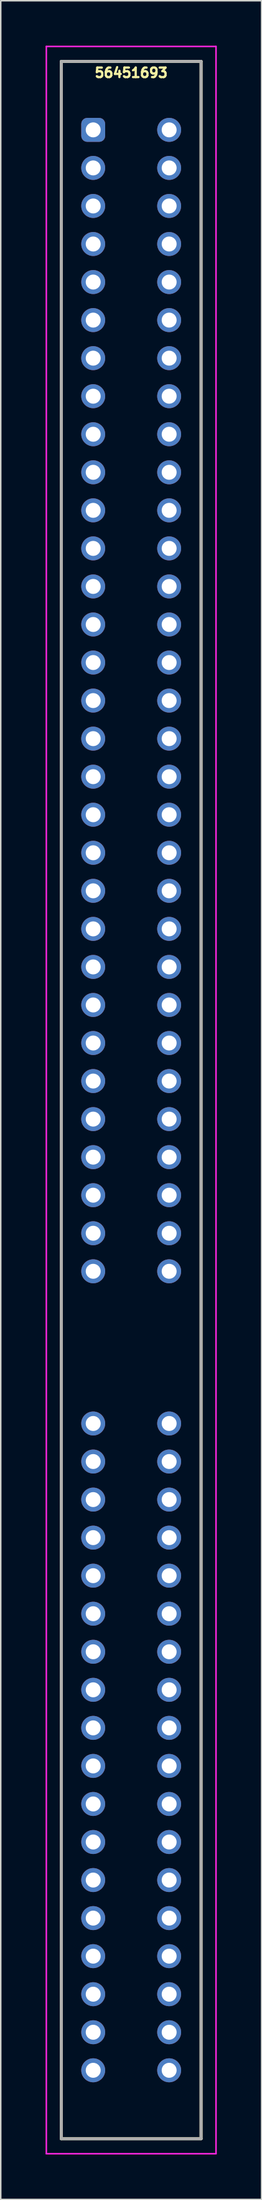
<source format=kicad_pcb>
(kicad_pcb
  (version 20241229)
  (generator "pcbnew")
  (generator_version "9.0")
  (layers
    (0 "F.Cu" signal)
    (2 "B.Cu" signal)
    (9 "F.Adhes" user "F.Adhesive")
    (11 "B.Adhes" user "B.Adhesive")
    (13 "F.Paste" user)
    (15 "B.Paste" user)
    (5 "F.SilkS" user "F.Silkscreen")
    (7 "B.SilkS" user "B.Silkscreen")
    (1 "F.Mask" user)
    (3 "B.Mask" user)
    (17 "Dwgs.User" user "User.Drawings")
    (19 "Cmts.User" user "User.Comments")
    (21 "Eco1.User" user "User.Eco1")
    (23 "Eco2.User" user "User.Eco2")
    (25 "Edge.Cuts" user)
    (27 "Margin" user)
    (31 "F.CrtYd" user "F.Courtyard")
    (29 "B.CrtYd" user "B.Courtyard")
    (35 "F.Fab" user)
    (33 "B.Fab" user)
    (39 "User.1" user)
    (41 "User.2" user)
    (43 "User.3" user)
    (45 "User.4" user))
  (footprint "56451693"
    (layer "F.Cu")
    (at 3.185 5.62)
    (property "Reference" "56451693" (at 2.54 -3.81 0) (layer "F.SilkS") (effects (font (size 0.635 0.635) (thickness 0.15) (bold yes))))
    (attr through_hole)
    (fp_line (start -2.135 -4.57) (end 7.215 -4.57) (stroke (width 0.2) (type solid)) (layer "F.SilkS"))
    (fp_line (start -2.135 134.11) (end -2.135 -4.57) (stroke (width 0.2) (type solid)) (layer "F.SilkS"))
    (fp_line (start 7.215 -4.57) (end 7.215 134.11) (stroke (width 0.2) (type solid)) (layer "F.SilkS"))
    (fp_line (start 7.215 134.11) (end -2.135 134.11) (stroke (width 0.2) (type solid)) (layer "F.SilkS"))
    (fp_line (start -3.135 -5.57) (end 8.215 -5.57) (stroke (width 0.1) (type solid)) (layer "F.CrtYd"))
    (fp_line (start -3.135 135.11) (end -3.135 -5.57) (stroke (width 0.1) (type solid)) (layer "F.CrtYd"))
    (fp_line (start 8.215 -5.57) (end 8.215 135.11) (stroke (width 0.1) (type solid)) (layer "F.CrtYd"))
    (fp_line (start 8.215 135.11) (end -3.135 135.11) (stroke (width 0.1) (type solid)) (layer "F.CrtYd"))
    (fp_line (start -2.135 -4.57) (end 7.215 -4.57) (stroke (width 0.2) (type solid)) (layer "F.Fab"))
    (fp_line (start -2.135 134.11) (end -2.135 -4.57) (stroke (width 0.2) (type solid)) (layer "F.Fab"))
    (fp_line (start 7.215 -4.57) (end 7.215 134.11) (stroke (width 0.2) (type solid)) (layer "F.Fab"))
    (fp_line (start 7.215 134.11) (end -2.135 134.11) (stroke (width 0.2) (type solid)) (layer "F.Fab"))
    (pad "1" thru_hole roundrect (at 0 0 270) (size 1.6 1.6) (drill 1) (layers "*.Cu" "*.Mask") (roundrect_rratio 0.25))
    (pad "2" thru_hole circle (at 5.08 0 270) (size 1.6 1.6) (drill 1) (layers "*.Cu" "*.Mask"))
    (pad "3" thru_hole circle (at 0 2.54 270) (size 1.6 1.6) (drill 1) (layers "*.Cu" "*.Mask"))
    (pad "4" thru_hole circle (at 5.08 2.54 270) (size 1.6 1.6) (drill 1) (layers "*.Cu" "*.Mask"))
    (pad "5" thru_hole circle (at 0 5.08 270) (size 1.6 1.6) (drill 1) (layers "*.Cu" "*.Mask"))
    (pad "6" thru_hole circle (at 5.08 5.08 270) (size 1.6 1.6) (drill 1) (layers "*.Cu" "*.Mask"))
    (pad "7" thru_hole circle (at 0 7.62 270) (size 1.6 1.6) (drill 1) (layers "*.Cu" "*.Mask"))
    (pad "8" thru_hole circle (at 5.08 7.62 270) (size 1.6 1.6) (drill 1) (layers "*.Cu" "*.Mask"))
    (pad "9" thru_hole circle (at 0 10.16 270) (size 1.6 1.6) (drill 1) (layers "*.Cu" "*.Mask"))
    (pad "10" thru_hole circle (at 5.08 10.16 270) (size 1.6 1.6) (drill 1) (layers "*.Cu" "*.Mask"))
    (pad "11" thru_hole circle (at 0 12.7 270) (size 1.6 1.6) (drill 1) (layers "*.Cu" "*.Mask"))
    (pad "12" thru_hole circle (at 5.08 12.7 270) (size 1.6 1.6) (drill 1) (layers "*.Cu" "*.Mask"))
    (pad "13" thru_hole circle (at 0 15.24 270) (size 1.6 1.6) (drill 1) (layers "*.Cu" "*.Mask"))
    (pad "14" thru_hole circle (at 5.08 15.24 270) (size 1.6 1.6) (drill 1) (layers "*.Cu" "*.Mask"))
    (pad "15" thru_hole circle (at 0 17.78 270) (size 1.6 1.6) (drill 1) (layers "*.Cu" "*.Mask"))
    (pad "16" thru_hole circle (at 5.08 17.78 270) (size 1.6 1.6) (drill 1) (layers "*.Cu" "*.Mask"))
    (pad "17" thru_hole circle (at 0 20.32 270) (size 1.6 1.6) (drill 1) (layers "*.Cu" "*.Mask"))
    (pad "18" thru_hole circle (at 5.08 20.32 270) (size 1.6 1.6) (drill 1) (layers "*.Cu" "*.Mask"))
    (pad "19" thru_hole circle (at 0 22.86 270) (size 1.6 1.6) (drill 1) (layers "*.Cu" "*.Mask"))
    (pad "20" thru_hole circle (at 5.08 22.86 270) (size 1.6 1.6) (drill 1) (layers "*.Cu" "*.Mask"))
    (pad "21" thru_hole circle (at 0 25.4 270) (size 1.6 1.6) (drill 1) (layers "*.Cu" "*.Mask"))
    (pad "22" thru_hole circle (at 5.08 25.4 270) (size 1.6 1.6) (drill 1) (layers "*.Cu" "*.Mask"))
    (pad "23" thru_hole circle (at 0 27.94 270) (size 1.6 1.6) (drill 1) (layers "*.Cu" "*.Mask"))
    (pad "24" thru_hole circle (at 5.08 27.94 270) (size 1.6 1.6) (drill 1) (layers "*.Cu" "*.Mask"))
    (pad "25" thru_hole circle (at 0 30.48 270) (size 1.6 1.6) (drill 1) (layers "*.Cu" "*.Mask"))
    (pad "26" thru_hole circle (at 5.08 30.48 270) (size 1.6 1.6) (drill 1) (layers "*.Cu" "*.Mask"))
    (pad "27" thru_hole circle (at 0 33.02 270) (size 1.6 1.6) (drill 1) (layers "*.Cu" "*.Mask"))
    (pad "28" thru_hole circle (at 5.08 33.02 270) (size 1.6 1.6) (drill 1) (layers "*.Cu" "*.Mask"))
    (pad "29" thru_hole circle (at 0 35.56 270) (size 1.6 1.6) (drill 1) (layers "*.Cu" "*.Mask"))
    (pad "30" thru_hole circle (at 5.08 35.56 270) (size 1.6 1.6) (drill 1) (layers "*.Cu" "*.Mask"))
    (pad "31" thru_hole circle (at 0 38.1 270) (size 1.6 1.6) (drill 1) (layers "*.Cu" "*.Mask"))
    (pad "32" thru_hole circle (at 5.08 38.1 270) (size 1.6 1.6) (drill 1) (layers "*.Cu" "*.Mask"))
    (pad "33" thru_hole circle (at 0 40.64 270) (size 1.6 1.6) (drill 1) (layers "*.Cu" "*.Mask"))
    (pad "34" thru_hole circle (at 5.08 40.64 270) (size 1.6 1.6) (drill 1) (layers "*.Cu" "*.Mask"))
    (pad "35" thru_hole circle (at 0 43.18 270) (size 1.6 1.6) (drill 1) (layers "*.Cu" "*.Mask"))
    (pad "36" thru_hole circle (at 5.08 43.18 270) (size 1.6 1.6) (drill 1) (layers "*.Cu" "*.Mask"))
    (pad "37" thru_hole circle (at 0 45.72 270) (size 1.6 1.6) (drill 1) (layers "*.Cu" "*.Mask"))
    (pad "38" thru_hole circle (at 5.08 45.72 270) (size 1.6 1.6) (drill 1) (layers "*.Cu" "*.Mask"))
    (pad "39" thru_hole circle (at 0 48.26 270) (size 1.6 1.6) (drill 1) (layers "*.Cu" "*.Mask"))
    (pad "40" thru_hole circle (at 5.08 48.26 270) (size 1.6 1.6) (drill 1) (layers "*.Cu" "*.Mask"))
    (pad "41" thru_hole circle (at 0 50.8 270) (size 1.6 1.6) (drill 1) (layers "*.Cu" "*.Mask"))
    (pad "42" thru_hole circle (at 5.08 50.8 270) (size 1.6 1.6) (drill 1) (layers "*.Cu" "*.Mask"))
    (pad "43" thru_hole circle (at 0 53.34 270) (size 1.6 1.6) (drill 1) (layers "*.Cu" "*.Mask"))
    (pad "44" thru_hole circle (at 5.08 53.34 270) (size 1.6 1.6) (drill 1) (layers "*.Cu" "*.Mask"))
    (pad "45" thru_hole circle (at 0 55.88 270) (size 1.6 1.6) (drill 1) (layers "*.Cu" "*.Mask"))
    (pad "46" thru_hole circle (at 5.08 55.88 270) (size 1.6 1.6) (drill 1) (layers "*.Cu" "*.Mask"))
    (pad "47" thru_hole circle (at 0 58.42 270) (size 1.6 1.6) (drill 1) (layers "*.Cu" "*.Mask"))
    (pad "48" thru_hole circle (at 5.08 58.42 270) (size 1.6 1.6) (drill 1) (layers "*.Cu" "*.Mask"))
    (pad "49" thru_hole circle (at 0 60.96 270) (size 1.6 1.6) (drill 1) (layers "*.Cu" "*.Mask"))
    (pad "50" thru_hole circle (at 5.08 60.96 270) (size 1.6 1.6) (drill 1) (layers "*.Cu" "*.Mask"))
    (pad "51" thru_hole circle (at 0 63.5 270) (size 1.6 1.6) (drill 1) (layers "*.Cu" "*.Mask"))
    (pad "52" thru_hole circle (at 5.08 63.5 270) (size 1.6 1.6) (drill 1) (layers "*.Cu" "*.Mask"))
    (pad "53" thru_hole circle (at 0 66.04 270) (size 1.6 1.6) (drill 1) (layers "*.Cu" "*.Mask"))
    (pad "54" thru_hole circle (at 5.08 66.04 270) (size 1.6 1.6) (drill 1) (layers "*.Cu" "*.Mask"))
    (pad "55" thru_hole circle (at 0 68.58 270) (size 1.6 1.6) (drill 1) (layers "*.Cu" "*.Mask"))
    (pad "56" thru_hole circle (at 5.08 68.58 270) (size 1.6 1.6) (drill 1) (layers "*.Cu" "*.Mask"))
    (pad "57" thru_hole circle (at 0 71.12 270) (size 1.6 1.6) (drill 1) (layers "*.Cu" "*.Mask"))
    (pad "58" thru_hole circle (at 5.08 71.12 270) (size 1.6 1.6) (drill 1) (layers "*.Cu" "*.Mask"))
    (pad "59" thru_hole circle (at 0 73.66 270) (size 1.6 1.6) (drill 1) (layers "*.Cu" "*.Mask"))
    (pad "60" thru_hole circle (at 5.08 73.66 270) (size 1.6 1.6) (drill 1) (layers "*.Cu" "*.Mask"))
    (pad "61" thru_hole circle (at 0 76.2 270) (size 1.6 1.6) (drill 1) (layers "*.Cu" "*.Mask"))
    (pad "62" thru_hole circle (at 5.08 76.2 270) (size 1.6 1.6) (drill 1) (layers "*.Cu" "*.Mask"))
    (pad "63" thru_hole circle (at 0 86.36 270) (size 1.6 1.6) (drill 1) (layers "*.Cu" "*.Mask"))
    (pad "64" thru_hole circle (at 5.08 86.36 270) (size 1.6 1.6) (drill 1) (layers "*.Cu" "*.Mask"))
    (pad "65" thru_hole circle (at 0 88.9 270) (size 1.6 1.6) (drill 1) (layers "*.Cu" "*.Mask"))
    (pad "66" thru_hole circle (at 5.08 88.9 270) (size 1.6 1.6) (drill 1) (layers "*.Cu" "*.Mask"))
    (pad "67" thru_hole circle (at 0 91.44 270) (size 1.6 1.6) (drill 1) (layers "*.Cu" "*.Mask"))
    (pad "68" thru_hole circle (at 5.08 91.44 270) (size 1.6 1.6) (drill 1) (layers "*.Cu" "*.Mask"))
    (pad "69" thru_hole circle (at 0 93.98 270) (size 1.6 1.6) (drill 1) (layers "*.Cu" "*.Mask"))
    (pad "70" thru_hole circle (at 5.08 93.98 270) (size 1.6 1.6) (drill 1) (layers "*.Cu" "*.Mask"))
    (pad "71" thru_hole circle (at 0 96.52 270) (size 1.6 1.6) (drill 1) (layers "*.Cu" "*.Mask"))
    (pad "72" thru_hole circle (at 5.08 96.52 270) (size 1.6 1.6) (drill 1) (layers "*.Cu" "*.Mask"))
    (pad "73" thru_hole circle (at 0 99.06 270) (size 1.6 1.6) (drill 1) (layers "*.Cu" "*.Mask"))
    (pad "74" thru_hole circle (at 5.08 99.06 270) (size 1.6 1.6) (drill 1) (layers "*.Cu" "*.Mask"))
    (pad "75" thru_hole circle (at 0 101.6 270) (size 1.6 1.6) (drill 1) (layers "*.Cu" "*.Mask"))
    (pad "76" thru_hole circle (at 5.08 101.6 270) (size 1.6 1.6) (drill 1) (layers "*.Cu" "*.Mask"))
    (pad "77" thru_hole circle (at 0 104.14 270) (size 1.6 1.6) (drill 1) (layers "*.Cu" "*.Mask"))
    (pad "78" thru_hole circle (at 5.08 104.14 270) (size 1.6 1.6) (drill 1) (layers "*.Cu" "*.Mask"))
    (pad "79" thru_hole circle (at 0 106.68 270) (size 1.6 1.6) (drill 1) (layers "*.Cu" "*.Mask"))
    (pad "80" thru_hole circle (at 5.08 106.68 270) (size 1.6 1.6) (drill 1) (layers "*.Cu" "*.Mask"))
    (pad "81" thru_hole circle (at 0 109.22 270) (size 1.6 1.6) (drill 1) (layers "*.Cu" "*.Mask"))
    (pad "82" thru_hole circle (at 5.08 109.22 270) (size 1.6 1.6) (drill 1) (layers "*.Cu" "*.Mask"))
    (pad "83" thru_hole circle (at 0 111.76 270) (size 1.6 1.6) (drill 1) (layers "*.Cu" "*.Mask"))
    (pad "84" thru_hole circle (at 5.08 111.76 270) (size 1.6 1.6) (drill 1) (layers "*.Cu" "*.Mask"))
    (pad "85" thru_hole circle (at 0 114.3 270) (size 1.6 1.6) (drill 1) (layers "*.Cu" "*.Mask"))
    (pad "86" thru_hole circle (at 5.08 114.3 270) (size 1.6 1.6) (drill 1) (layers "*.Cu" "*.Mask"))
    (pad "87" thru_hole circle (at 0 116.84 270) (size 1.6 1.6) (drill 1) (layers "*.Cu" "*.Mask"))
    (pad "88" thru_hole circle (at 5.08 116.84 270) (size 1.6 1.6) (drill 1) (layers "*.Cu" "*.Mask"))
    (pad "89" thru_hole circle (at 0 119.38 270) (size 1.6 1.6) (drill 1) (layers "*.Cu" "*.Mask"))
    (pad "90" thru_hole circle (at 5.08 119.38 270) (size 1.6 1.6) (drill 1) (layers "*.Cu" "*.Mask"))
    (pad "91" thru_hole circle (at 0 121.92 270) (size 1.6 1.6) (drill 1) (layers "*.Cu" "*.Mask"))
    (pad "92" thru_hole circle (at 5.08 121.92 270) (size 1.6 1.6) (drill 1) (layers "*.Cu" "*.Mask"))
    (pad "93" thru_hole circle (at 0 124.46 270) (size 1.6 1.6) (drill 1) (layers "*.Cu" "*.Mask"))
    (pad "94" thru_hole circle (at 5.08 124.46 270) (size 1.6 1.6) (drill 1) (layers "*.Cu" "*.Mask"))
    (pad "95" thru_hole circle (at 0 127 270) (size 1.6 1.6) (drill 1) (layers "*.Cu" "*.Mask"))
    (pad "96" thru_hole circle (at 5.08 127 270) (size 1.6 1.6) (drill 1) (layers "*.Cu" "*.Mask"))
    (pad "97" thru_hole circle (at 0 129.54 270) (size 1.6 1.6) (drill 1) (layers "*.Cu" "*.Mask"))
    (pad "98" thru_hole circle (at 5.08 129.54 270) (size 1.6 1.6) (drill 1) (layers "*.Cu" "*.Mask")))
  (gr_rect
    (start -3 -3)
    (end 14.45 143.78)
    (stroke (width 0.1) (type default))
    (fill no)
    (layer "Edge.Cuts")))
</source>
